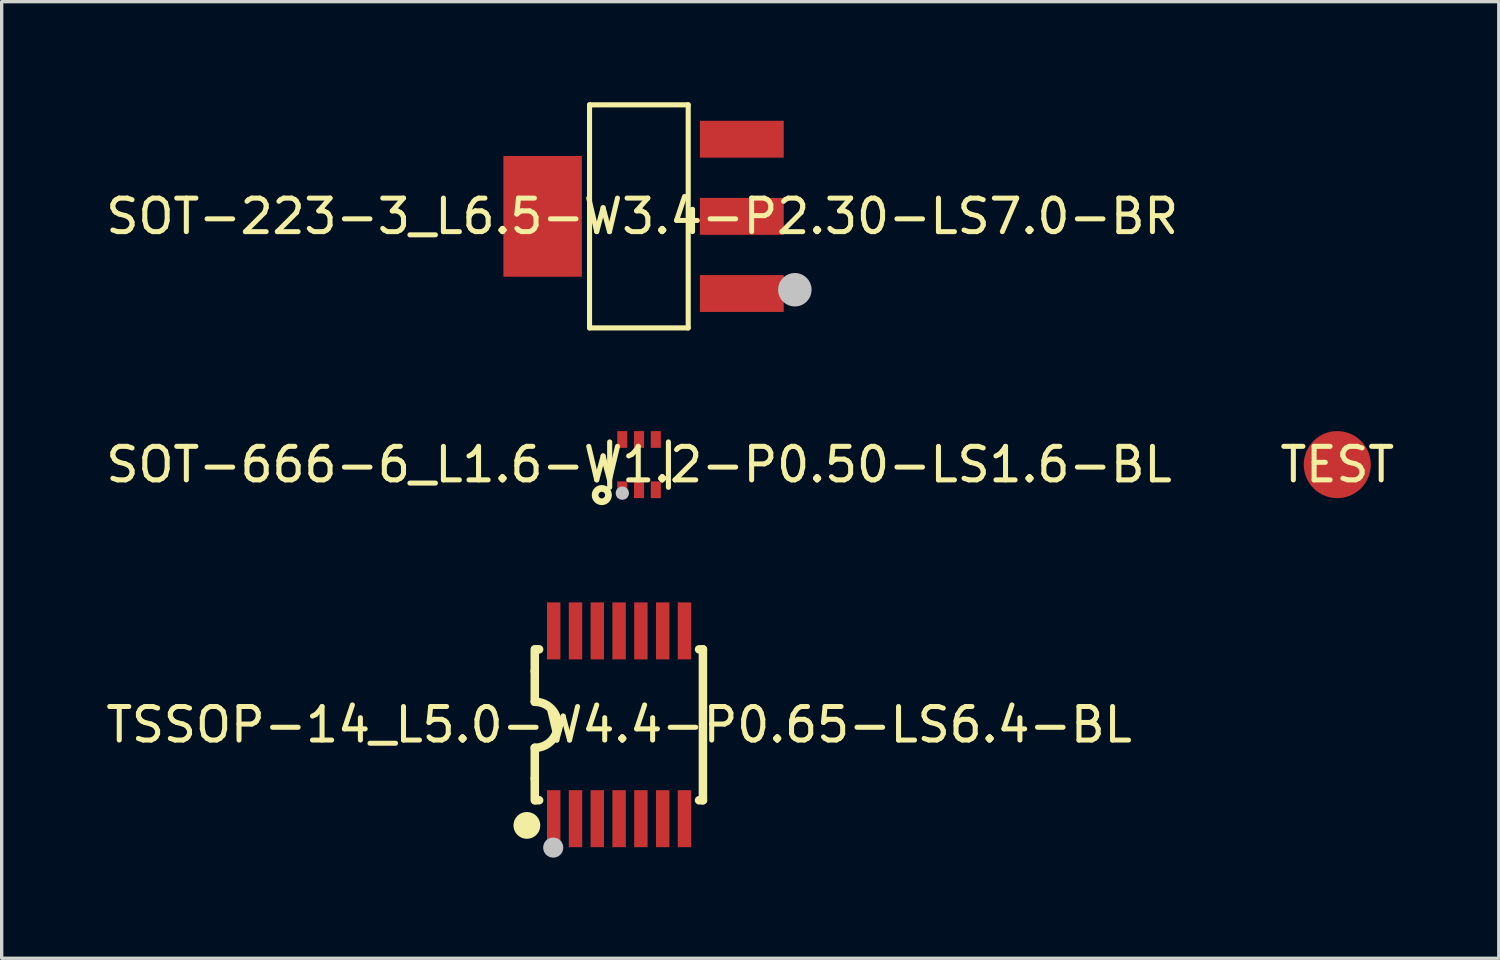
<source format=kicad_pcb>
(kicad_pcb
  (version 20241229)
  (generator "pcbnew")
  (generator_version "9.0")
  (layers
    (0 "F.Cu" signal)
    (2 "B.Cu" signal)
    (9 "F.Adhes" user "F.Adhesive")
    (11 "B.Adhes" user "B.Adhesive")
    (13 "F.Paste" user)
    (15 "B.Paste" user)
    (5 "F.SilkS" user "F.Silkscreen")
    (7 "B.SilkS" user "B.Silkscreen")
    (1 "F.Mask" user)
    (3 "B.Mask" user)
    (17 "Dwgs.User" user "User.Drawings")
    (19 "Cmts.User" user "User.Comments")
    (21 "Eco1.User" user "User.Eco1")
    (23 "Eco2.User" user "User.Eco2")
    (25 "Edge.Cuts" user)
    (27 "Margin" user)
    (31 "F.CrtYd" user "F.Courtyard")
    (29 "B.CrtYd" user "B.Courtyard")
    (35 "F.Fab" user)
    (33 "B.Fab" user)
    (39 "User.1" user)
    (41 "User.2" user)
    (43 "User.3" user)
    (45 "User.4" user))
  (footprint "TSSOP-14_L5.0-W4.4-P0.65-LS6.4-BL"
    (layer "F.Cu")
    (at 15.411 18.563)
    (property "Reference" "TSSOP-14_L5.0-W4.4-P0.65-LS6.4-BL" (at 0 0 0) (unlocked yes) (layer "F.SilkS") (effects (font (size 1 1) (thickness 0.15))))
    (fp_line (start -2.514 -1.6) (end -2.514 -2.25) (stroke (width 0.254) (type default)) (layer "F.SilkS"))
    (fp_line (start -2.514 -0.686) (end -2.514 -1.6) (stroke (width 0.254) (type default)) (layer "F.SilkS"))
    (fp_line (start -2.514 1.6) (end -2.514 0.686) (stroke (width 0.254) (type default)) (layer "F.SilkS"))
    (fp_line (start -2.514 1.6) (end -2.514 2.25) (stroke (width 0.254) (type default)) (layer "F.SilkS"))
    (fp_line (start -2.5 -2.25) (end -2.385 -2.25) (stroke (width 0.254) (type default)) (layer "F.SilkS"))
    (fp_line (start -2.385 2.25) (end -2.5 2.25) (stroke (width 0.254) (type default)) (layer "F.SilkS"))
    (fp_line (start 2.385 -2.25) (end 2.5 -2.25) (stroke (width 0.254) (type default)) (layer "F.SilkS"))
    (fp_line (start 2.5 -2.25) (end 2.5 2.25) (stroke (width 0.254) (type default)) (layer "F.SilkS"))
    (fp_line (start 2.5 2.25) (end 2.385 2.25) (stroke (width 0.254) (type default)) (layer "F.SilkS"))
    (fp_arc (start -2.5145 -0.686) (mid -1.8285 0) (end -2.5145 0.686) (stroke (width 0.254) (type default)) (layer "F.SilkS"))
    (fp_circle (center -2.75 3) (end -2.55 3) (stroke (width 0.4) (type default)) (fill no) (layer "F.SilkS"))
    (fp_circle (center -1.964 3.662) (end -1.814 3.662) (stroke (width 0.3) (type default)) (fill no) (layer "Dwgs.User"))
    (fp_poly (pts (xy -2.072 -2.6) (xy -2.072 -3.2) (xy -1.827 -3.2) (xy -1.827 -2.6)) (stroke (width 0.1) (type default)) (fill no) (layer "User.1"))
    (fp_poly (pts (xy -2.072 -2.19) (xy -2.072 -2.61) (xy -1.827 -2.61) (xy -1.827 -2.19)) (stroke (width 0.1) (type default)) (fill no) (layer "User.1"))
    (fp_poly (pts (xy -2.072 2.61) (xy -2.072 2.19) (xy -1.827 2.19) (xy -1.827 2.61)) (stroke (width 0.1) (type default)) (fill no) (layer "User.1"))
    (fp_poly (pts (xy -2.072 3.2) (xy -2.072 2.6) (xy -1.827 2.6) (xy -1.827 3.2)) (stroke (width 0.1) (type default)) (fill no) (layer "User.1"))
    (fp_poly (pts (xy -1.423 -2.6) (xy -1.423 -3.2) (xy -1.177 -3.2) (xy -1.177 -2.6)) (stroke (width 0.1) (type default)) (fill no) (layer "User.1"))
    (fp_poly (pts (xy -1.423 -2.19) (xy -1.423 -2.61) (xy -1.177 -2.61) (xy -1.177 -2.19)) (stroke (width 0.1) (type default)) (fill no) (layer "User.1"))
    (fp_poly (pts (xy -1.423 2.61) (xy -1.423 2.19) (xy -1.177 2.19) (xy -1.177 2.61)) (stroke (width 0.1) (type default)) (fill no) (layer "User.1"))
    (fp_poly (pts (xy -1.423 3.2) (xy -1.423 2.6) (xy -1.177 2.6) (xy -1.177 3.2)) (stroke (width 0.1) (type default)) (fill no) (layer "User.1"))
    (fp_poly (pts (xy -0.772 -2.6) (xy -0.772 -3.2) (xy -0.527 -3.2) (xy -0.527 -2.6)) (stroke (width 0.1) (type default)) (fill no) (layer "User.1"))
    (fp_poly (pts (xy -0.772 -2.19) (xy -0.772 -2.61) (xy -0.527 -2.61) (xy -0.527 -2.19)) (stroke (width 0.1) (type default)) (fill no) (layer "User.1"))
    (fp_poly (pts (xy -0.772 2.61) (xy -0.772 2.19) (xy -0.527 2.19) (xy -0.527 2.61)) (stroke (width 0.1) (type default)) (fill no) (layer "User.1"))
    (fp_poly (pts (xy -0.772 3.2) (xy -0.772 2.6) (xy -0.527 2.6) (xy -0.527 3.2)) (stroke (width 0.1) (type default)) (fill no) (layer "User.1"))
    (fp_poly (pts (xy -0.122 -2.6) (xy -0.122 -3.2) (xy 0.122 -3.2) (xy 0.122 -2.6)) (stroke (width 0.1) (type default)) (fill no) (layer "User.1"))
    (fp_poly (pts (xy -0.122 -2.19) (xy -0.122 -2.61) (xy 0.122 -2.61) (xy 0.122 -2.19)) (stroke (width 0.1) (type default)) (fill no) (layer "User.1"))
    (fp_poly (pts (xy -0.122 2.61) (xy -0.122 2.19) (xy 0.122 2.19) (xy 0.122 2.61)) (stroke (width 0.1) (type default)) (fill no) (layer "User.1"))
    (fp_poly (pts (xy -0.122 3.2) (xy -0.122 2.6) (xy 0.122 2.6) (xy 0.122 3.2)) (stroke (width 0.1) (type default)) (fill no) (layer "User.1"))
    (fp_poly (pts (xy 0.527 -2.6) (xy 0.527 -3.2) (xy 0.772 -3.2) (xy 0.772 -2.6)) (stroke (width 0.1) (type default)) (fill no) (layer "User.1"))
    (fp_poly (pts (xy 0.527 -2.19) (xy 0.527 -2.61) (xy 0.772 -2.61) (xy 0.772 -2.19)) (stroke (width 0.1) (type default)) (fill no) (layer "User.1"))
    (fp_poly (pts (xy 0.527 2.61) (xy 0.527 2.19) (xy 0.772 2.19) (xy 0.772 2.61)) (stroke (width 0.1) (type default)) (fill no) (layer "User.1"))
    (fp_poly (pts (xy 0.527 3.2) (xy 0.527 2.6) (xy 0.772 2.6) (xy 0.772 3.2)) (stroke (width 0.1) (type default)) (fill no) (layer "User.1"))
    (fp_poly (pts (xy 1.177 -2.6) (xy 1.177 -3.2) (xy 1.423 -3.2) (xy 1.423 -2.6)) (stroke (width 0.1) (type default)) (fill no) (layer "User.1"))
    (fp_poly (pts (xy 1.177 -2.19) (xy 1.177 -2.61) (xy 1.423 -2.61) (xy 1.423 -2.19)) (stroke (width 0.1) (type default)) (fill no) (layer "User.1"))
    (fp_poly (pts (xy 1.177 2.61) (xy 1.177 2.19) (xy 1.423 2.19) (xy 1.423 2.61)) (stroke (width 0.1) (type default)) (fill no) (layer "User.1"))
    (fp_poly (pts (xy 1.177 3.2) (xy 1.177 2.6) (xy 1.423 2.6) (xy 1.423 3.2)) (stroke (width 0.1) (type default)) (fill no) (layer "User.1"))
    (fp_poly (pts (xy 1.827 -2.6) (xy 1.827 -3.2) (xy 2.072 -3.2) (xy 2.072 -2.6)) (stroke (width 0.1) (type default)) (fill no) (layer "User.1"))
    (fp_poly (pts (xy 1.827 -2.19) (xy 1.827 -2.61) (xy 2.072 -2.61) (xy 2.072 -2.19)) (stroke (width 0.1) (type default)) (fill no) (layer "User.1"))
    (fp_poly (pts (xy 1.827 2.61) (xy 1.827 2.19) (xy 2.072 2.19) (xy 2.072 2.61)) (stroke (width 0.1) (type default)) (fill no) (layer "User.1"))
    (fp_poly (pts (xy 1.827 3.2) (xy 1.827 2.6) (xy 2.072 2.6) (xy 2.072 3.2)) (stroke (width 0.1) (type default)) (fill no) (layer "User.1"))
    (fp_line (start -2.5 -2.2) (end -2.5 2.2) (stroke (width 0.051) (type default)) (layer "User.2"))
    (fp_line (start -2.5 2.2) (end 2.5 2.2) (stroke (width 0.051) (type default)) (layer "User.2"))
    (fp_line (start 2.5 -2.2) (end -2.5 -2.2) (stroke (width 0.051) (type default)) (layer "User.2"))
    (fp_line (start 2.5 2.2) (end 2.5 -2.2) (stroke (width 0.051) (type default)) (layer "User.2"))
    (fp_poly (pts (xy -2.44 3.2) (xy -2.458 3.158) (xy -2.5 3.14) (xy -2.542 3.158) (xy -2.56 3.2) (xy -2.542 3.242) (xy -2.5 3.26) (xy -2.458 3.242)) (stroke (width 0.1) (type default)) (fill no) (layer "User.3"))
    (pad "1" smd rect (at -1.95 2.8) (size 0.4 1.7) (layers "F.Cu" "F.Mask" "F.Paste"))
    (pad "2" smd rect (at -1.3 2.8) (size 0.4 1.7) (layers "F.Cu" "F.Mask" "F.Paste"))
    (pad "3" smd rect (at -0.65 2.8) (size 0.4 1.7) (layers "F.Cu" "F.Mask" "F.Paste"))
    (pad "4" smd rect (at 0 2.8) (size 0.4 1.7) (layers "F.Cu" "F.Mask" "F.Paste"))
    (pad "5" smd rect (at 0.65 2.8) (size 0.4 1.7) (layers "F.Cu" "F.Mask" "F.Paste"))
    (pad "6" smd rect (at 1.3 2.8) (size 0.4 1.7) (layers "F.Cu" "F.Mask" "F.Paste"))
    (pad "7" smd rect (at 1.95 2.8) (size 0.4 1.7) (layers "F.Cu" "F.Mask" "F.Paste"))
    (pad "8" smd rect (at 1.95 -2.8) (size 0.4 1.7) (layers "F.Cu" "F.Mask" "F.Paste"))
    (pad "9" smd rect (at 1.3 -2.8) (size 0.4 1.7) (layers "F.Cu" "F.Mask" "F.Paste"))
    (pad "10" smd rect (at 0.65 -2.8) (size 0.4 1.7) (layers "F.Cu" "F.Mask" "F.Paste"))
    (pad "11" smd rect (at 0 -2.8) (size 0.4 1.7) (layers "F.Cu" "F.Mask" "F.Paste"))
    (pad "12" smd rect (at -0.65 -2.8) (size 0.4 1.7) (layers "F.Cu" "F.Mask" "F.Paste"))
    (pad "13" smd rect (at -1.3 -2.8) (size 0.4 1.7) (layers "F.Cu" "F.Mask" "F.Paste"))
    (pad "14" smd rect (at -1.95 -2.8) (size 0.4 1.7) (layers "F.Cu" "F.Mask" "F.Paste")))
  (footprint "SOT-666-6_L1.6-W1.2-P0.50-LS1.6-BL"
    (layer "F.Cu")
    (at 16.006 10.805)
    (property "Reference" "SOT-666-6_L1.6-W1.2-P0.50-LS1.6-BL" (at 0 0 0) (unlocked yes) (layer "F.SilkS") (effects (font (size 1 1) (thickness 0.15))))
    (fp_line (start -0.876 0.676) (end -0.876 -0.676) (stroke (width 0.152) (type default)) (layer "F.SilkS"))
    (fp_line (start 0.876 0.676) (end 0.876 -0.676) (stroke (width 0.152) (type default)) (layer "F.SilkS"))
    (fp_circle (center -1.111 0.908) (end -1.012 0.908) (stroke (width 0.2) (type default)) (fill no) (layer "F.SilkS"))
    (fp_circle (center -0.499 0.85) (end -0.399 0.85) (stroke (width 0.2) (type default)) (fill no) (layer "Dwgs.User"))
    (fp_poly (pts (xy -0.6 -0.8) (xy -0.4 -0.8) (xy -0.4 -0.55) (xy -0.6 -0.55)) (stroke (width 0.1) (type default)) (fill no) (layer "User.1"))
    (fp_poly (pts (xy -0.6 0.55) (xy -0.4 0.55) (xy -0.4 0.8) (xy -0.6 0.8)) (stroke (width 0.1) (type default)) (fill no) (layer "User.1"))
    (fp_poly (pts (xy -0.1 -0.8) (xy 0.1 -0.8) (xy 0.1 -0.55) (xy -0.1 -0.55)) (stroke (width 0.1) (type default)) (fill no) (layer "User.1"))
    (fp_poly (pts (xy -0.1 0.55) (xy 0.1 0.55) (xy 0.1 0.8) (xy -0.1 0.8)) (stroke (width 0.1) (type default)) (fill no) (layer "User.1"))
    (fp_poly (pts (xy 0.4 -0.8) (xy 0.6 -0.8) (xy 0.6 -0.55) (xy 0.4 -0.55)) (stroke (width 0.1) (type default)) (fill no) (layer "User.1"))
    (fp_poly (pts (xy 0.4 0.55) (xy 0.6 0.55) (xy 0.6 0.8) (xy 0.4 0.8)) (stroke (width 0.1) (type default)) (fill no) (layer "User.1"))
    (fp_line (start -0.8 -0.6) (end 0.8 -0.6) (stroke (width 0.051) (type default)) (layer "User.2"))
    (fp_line (start -0.8 0.6) (end -0.8 -0.6) (stroke (width 0.051) (type default)) (layer "User.2"))
    (fp_line (start 0.8 -0.6) (end 0.8 0.6) (stroke (width 0.051) (type default)) (layer "User.2"))
    (fp_line (start 0.8 0.6) (end -0.8 0.6) (stroke (width 0.051) (type default)) (layer "User.2"))
    (fp_poly (pts (xy -0.74 0.8) (xy -0.758 0.758) (xy -0.8 0.74) (xy -0.842 0.758) (xy -0.86 0.8) (xy -0.842 0.842) (xy -0.8 0.86) (xy -0.758 0.842)) (stroke (width 0.1) (type default)) (fill no) (layer "User.3"))
    (pad "1" smd rect (at -0.5 0.75) (size 0.3 0.5) (layers "F.Cu" "F.Mask" "F.Paste"))
    (pad "2" smd rect (at 0 0.75) (size 0.3 0.5) (layers "F.Cu" "F.Mask" "F.Paste"))
    (pad "3" smd rect (at 0.5 0.75) (size 0.3 0.5) (layers "F.Cu" "F.Mask" "F.Paste"))
    (pad "4" smd rect (at 0.5 -0.75) (size 0.3 0.5) (layers "F.Cu" "F.Mask" "F.Paste"))
    (pad "5" smd rect (at 0 -0.75) (size 0.3 0.5) (layers "F.Cu" "F.Mask" "F.Paste"))
    (pad "6" smd rect (at -0.5 -0.75) (size 0.3 0.5) (layers "F.Cu" "F.Mask" "F.Paste")))
  (footprint "TEST"
    (layer "F.Cu")
    (at 36.827 10.805)
    (property "Reference" "TEST" (at 0 0 0) (unlocked yes) (layer "F.SilkS") (effects (font (size 1 1) (thickness 0.15))))
    (pad "1" smd circle (at 0 0) (size 2 2) (layers "F.Cu" "F.Mask" "F.Paste")))
  (footprint "SOT-223-3_L6.5-W3.4-P2.30-LS7.0-BR"
    (layer "F.Cu")
    (at 16.101 3.402)
    (property "Reference" "SOT-223-3_L6.5-W3.4-P2.30-LS7.0-BR" (at 0 0 0) (unlocked yes) (layer "F.SilkS") (effects (font (size 1 1) (thickness 0.15))))
    (fp_line (start -1.571 -3.326) (end 1.371 -3.326) (stroke (width 0.152) (type default)) (layer "F.SilkS"))
    (fp_line (start -1.571 3.326) (end -1.571 -3.326) (stroke (width 0.152) (type default)) (layer "F.SilkS"))
    (fp_line (start 1.371 -3.326) (end 1.371 3.326) (stroke (width 0.152) (type default)) (layer "F.SilkS"))
    (fp_line (start 1.371 3.326) (end -1.571 3.326) (stroke (width 0.152) (type default)) (layer "F.SilkS"))
    (fp_circle (center 4.551 2.188) (end 4.801 2.188) (stroke (width 0.5) (type default)) (fill no) (layer "Dwgs.User"))
    (fp_poly (pts (xy -3.6 1.5) (xy -3.6 -1.5) (xy -2.85 -1.5) (xy -2.85 1.5)) (stroke (width 0.1) (type default)) (fill no) (layer "User.1"))
    (fp_poly (pts (xy -2.86 1.5) (xy -2.86 -1.5) (xy -1.84 -1.5) (xy -1.84 1.5)) (stroke (width 0.1) (type default)) (fill no) (layer "User.1"))
    (fp_poly (pts (xy 1.64 -1.925) (xy 1.64 -2.675) (xy 2.66 -2.675) (xy 2.66 -1.925)) (stroke (width 0.1) (type default)) (fill no) (layer "User.1"))
    (fp_poly (pts (xy 1.64 0.375) (xy 1.64 -0.375) (xy 2.66 -0.375) (xy 2.66 0.375)) (stroke (width 0.1) (type default)) (fill no) (layer "User.1"))
    (fp_poly (pts (xy 1.64 2.675) (xy 1.64 1.925) (xy 2.66 1.925) (xy 2.66 2.675)) (stroke (width 0.1) (type default)) (fill no) (layer "User.1"))
    (fp_poly (pts (xy 2.65 -1.925) (xy 2.65 -2.675) (xy 3.4 -2.675) (xy 3.4 -1.925)) (stroke (width 0.1) (type default)) (fill no) (layer "User.1"))
    (fp_poly (pts (xy 2.65 0.375) (xy 2.65 -0.375) (xy 3.4 -0.375) (xy 3.4 0.375)) (stroke (width 0.1) (type default)) (fill no) (layer "User.1"))
    (fp_poly (pts (xy 2.65 2.675) (xy 2.65 1.925) (xy 3.4 1.925) (xy 3.4 2.675)) (stroke (width 0.1) (type default)) (fill no) (layer "User.1"))
    (fp_line (start -1.85 -3.25) (end 1.65 -3.25) (stroke (width 0.051) (type default)) (layer "User.2"))
    (fp_line (start -1.85 3.25) (end -1.85 -3.25) (stroke (width 0.051) (type default)) (layer "User.2"))
    (fp_line (start 1.65 -3.25) (end 1.65 3.25) (stroke (width 0.051) (type default)) (layer "User.2"))
    (fp_line (start 1.65 3.25) (end -1.85 3.25) (stroke (width 0.051) (type default)) (layer "User.2"))
    (fp_poly (pts (xy 3.46 3.25) (xy 3.442 3.208) (xy 3.4 3.19) (xy 3.358 3.208) (xy 3.34 3.25) (xy 3.358 3.292) (xy 3.4 3.31) (xy 3.442 3.292)) (stroke (width 0.1) (type default)) (fill no) (layer "User.3"))
    (pad "1" smd rect (at 2.97 2.3) (size 2.5 1.1) (layers "F.Cu" "F.Mask" "F.Paste"))
    (pad "2" smd rect (at 2.97 0) (size 2.5 1.1) (layers "F.Cu" "F.Mask" "F.Paste"))
    (pad "3" smd rect (at 2.97 -2.3) (size 2.5 1.1) (layers "F.Cu" "F.Mask" "F.Paste"))
    (pad "4" smd rect (at -2.97 0) (size 2.34 3.6) (layers "F.Cu" "F.Mask" "F.Paste")))
  (gr_rect
    (start -3 -3)
    (end 41.643 25.525)
    (stroke (width 0.1) (type default))
    (fill no)
    (layer "Edge.Cuts")))
</source>
